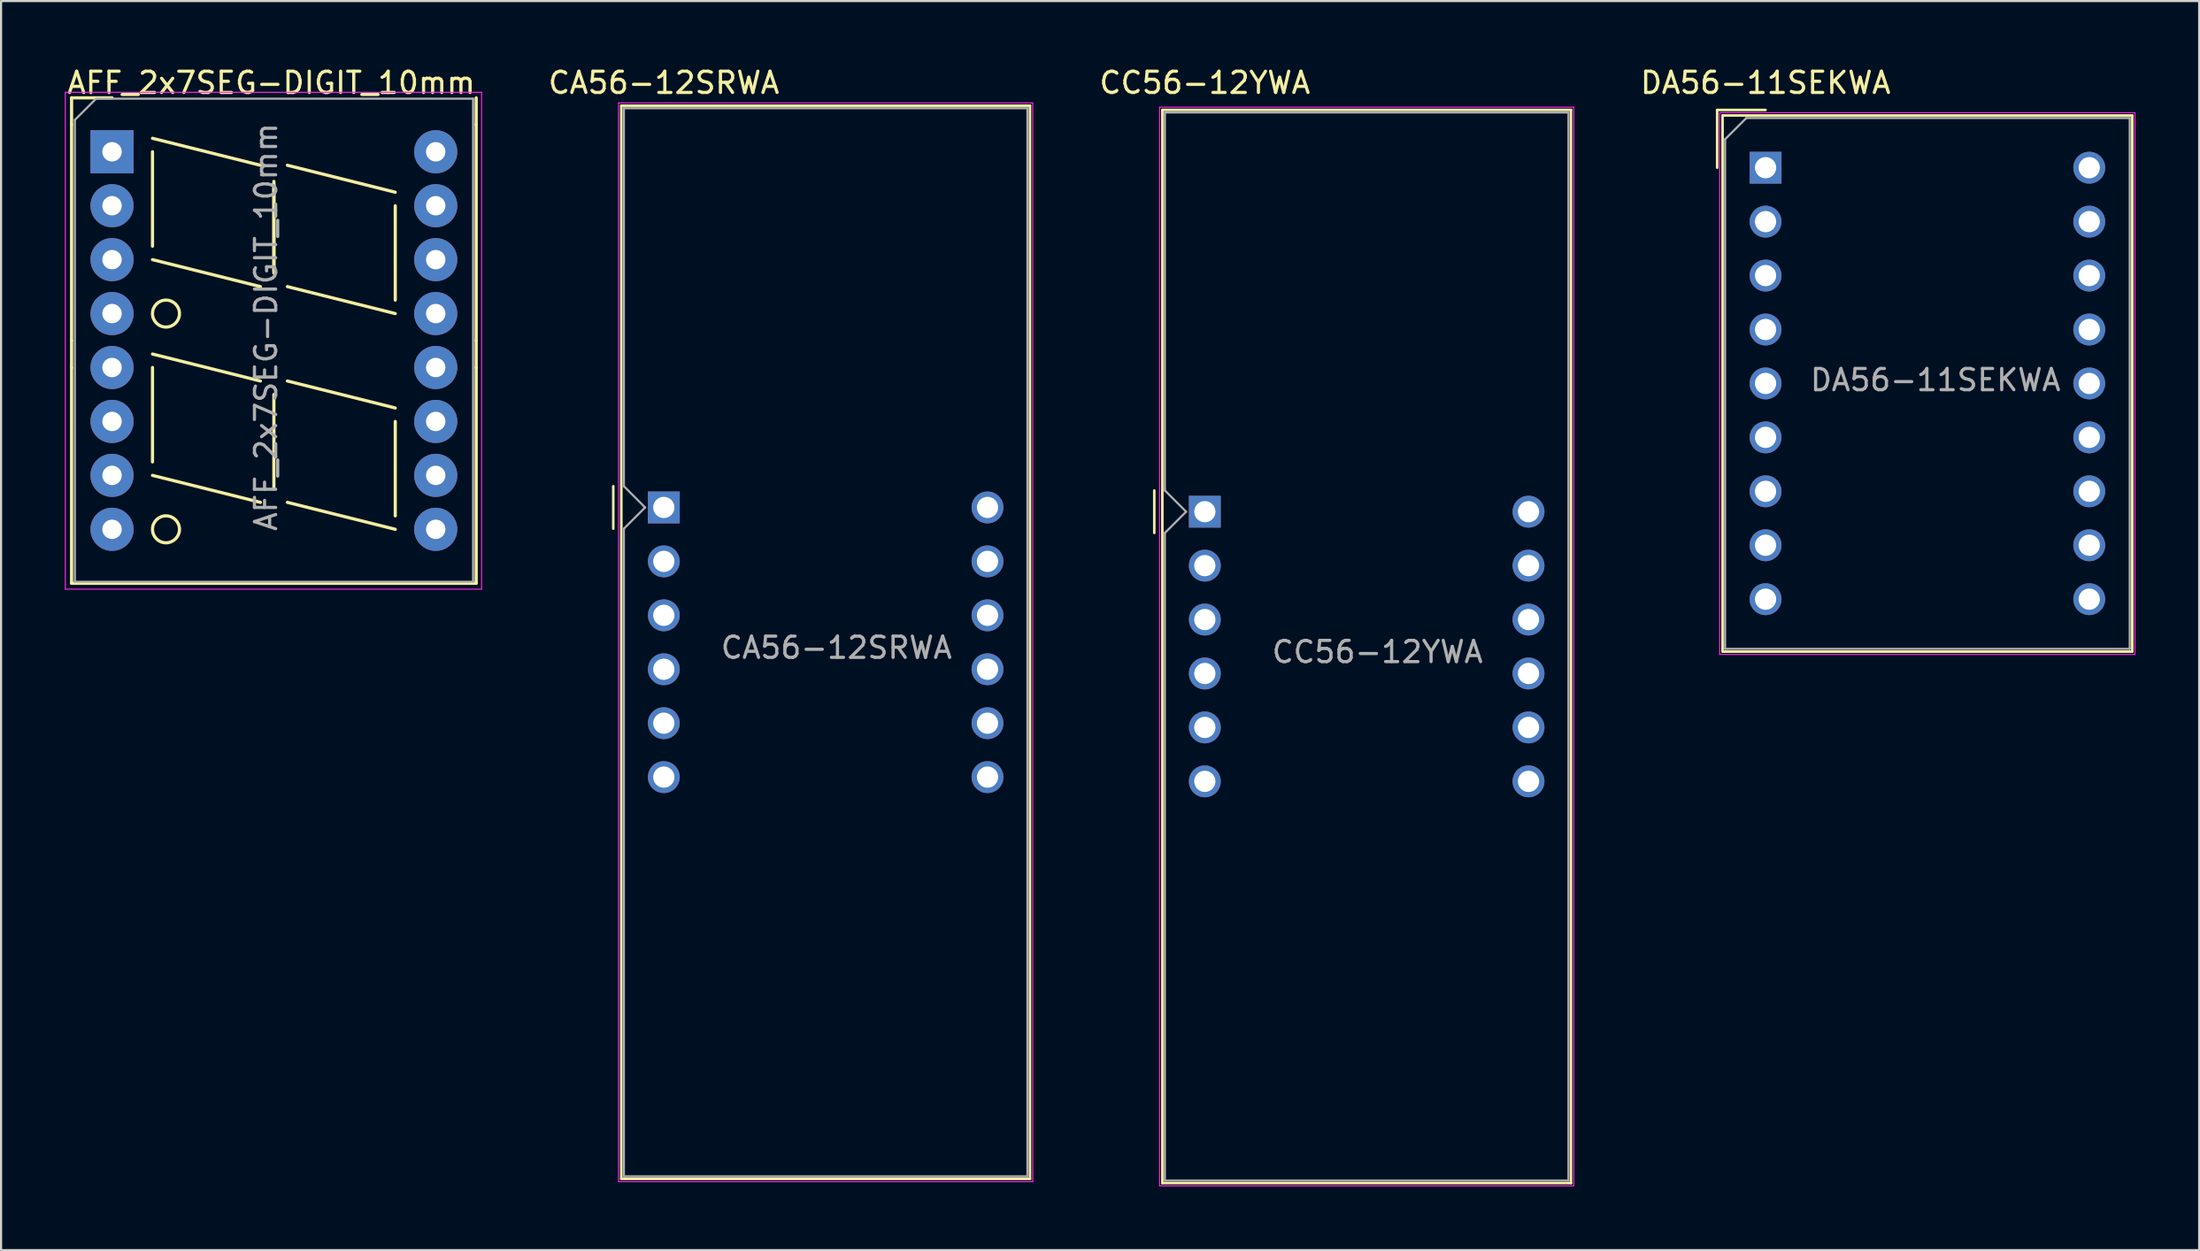
<source format=kicad_pcb>
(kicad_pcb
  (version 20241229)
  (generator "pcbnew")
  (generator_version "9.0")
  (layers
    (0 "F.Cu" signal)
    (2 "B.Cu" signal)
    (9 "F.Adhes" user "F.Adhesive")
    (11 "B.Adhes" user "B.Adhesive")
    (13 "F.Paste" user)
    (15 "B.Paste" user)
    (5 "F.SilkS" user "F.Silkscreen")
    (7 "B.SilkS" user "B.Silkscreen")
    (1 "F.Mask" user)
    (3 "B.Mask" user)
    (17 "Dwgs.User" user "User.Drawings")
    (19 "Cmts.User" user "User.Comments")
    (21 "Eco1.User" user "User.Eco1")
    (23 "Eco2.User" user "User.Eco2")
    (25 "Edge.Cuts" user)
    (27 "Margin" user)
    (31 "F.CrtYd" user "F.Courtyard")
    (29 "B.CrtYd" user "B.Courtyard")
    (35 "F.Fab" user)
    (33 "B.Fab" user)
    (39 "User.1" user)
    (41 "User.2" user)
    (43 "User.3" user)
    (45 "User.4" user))
  (footprint "AFF_2x7SEG-DIGIT_10mm"
    (layer "F.Cu")
    (at 2.225 4.098)
    (property "Reference" "AFF_2x7SEG-DIGIT_10mm" (at 7.5 -3.25 0) (layer "F.SilkS") (effects (font (size 1 1) (thickness 0.15))))
    (attr through_hole)
    (fp_line (start -1.905 -2.54) (end -1.905 -1.27) (stroke (width 0.15) (type solid)) (layer "F.SilkS"))
    (fp_line (start -1.905 -1.27) (end -1.905 8.89) (stroke (width 0.15) (type solid)) (layer "F.SilkS"))
    (fp_line (start -1.905 8.89) (end -1.905 10.16) (stroke (width 0.15) (type solid)) (layer "F.SilkS"))
    (fp_line (start -1.905 20.32) (end -1.905 10.16) (stroke (width 0.15) (type solid)) (layer "F.SilkS"))
    (fp_line (start 0 -2.54) (end -1.905 -2.54) (stroke (width 0.15) (type solid)) (layer "F.SilkS"))
    (fp_line (start 1.905 0) (end 1.905 4.445) (stroke (width 0.15) (type solid)) (layer "F.SilkS"))
    (fp_line (start 1.905 9.525) (end 6.985 10.795) (stroke (width 0.15) (type solid)) (layer "F.SilkS"))
    (fp_line (start 1.905 10.16) (end 1.905 14.605) (stroke (width 0.15) (type solid)) (layer "F.SilkS"))
    (fp_line (start 6.985 0.635) (end 1.905 -0.635) (stroke (width 0.15) (type solid)) (layer "F.SilkS"))
    (fp_line (start 6.985 6.35) (end 1.905 5.08) (stroke (width 0.15) (type solid)) (layer "F.SilkS"))
    (fp_line (start 6.985 16.51) (end 1.905 15.24) (stroke (width 0.15) (type solid)) (layer "F.SilkS"))
    (fp_line (start 7.62 1.397) (end 7.62 5.715) (stroke (width 0.15) (type solid)) (layer "F.SilkS"))
    (fp_line (start 7.62 1.524) (end 7.62 5.588) (stroke (width 0.15) (type solid)) (layer "F.SilkS"))
    (fp_line (start 7.62 11.43) (end 7.62 15.875) (stroke (width 0.15) (type solid)) (layer "F.SilkS"))
    (fp_line (start 8.255 0.635) (end 13.335 1.905) (stroke (width 0.15) (type solid)) (layer "F.SilkS"))
    (fp_line (start 8.255 6.35) (end 13.335 7.62) (stroke (width 0.15) (type solid)) (layer "F.SilkS"))
    (fp_line (start 8.255 10.795) (end 13.335 12.065) (stroke (width 0.15) (type solid)) (layer "F.SilkS"))
    (fp_line (start 8.255 16.51) (end 13.335 17.78) (stroke (width 0.15) (type solid)) (layer "F.SilkS"))
    (fp_line (start 13.335 2.54) (end 13.335 6.985) (stroke (width 0.15) (type solid)) (layer "F.SilkS"))
    (fp_line (start 13.335 12.7) (end 13.335 17.145) (stroke (width 0.15) (type solid)) (layer "F.SilkS"))
    (fp_line (start 17.145 -1.27) (end 17.145 -2.54) (stroke (width 0.15) (type solid)) (layer "F.SilkS"))
    (fp_line (start 17.145 8.89) (end 17.145 -1.27) (stroke (width 0.15) (type solid)) (layer "F.SilkS"))
    (fp_line (start 17.145 10.16) (end 17.145 8.89) (stroke (width 0.15) (type solid)) (layer "F.SilkS"))
    (fp_line (start 17.145 10.16) (end 17.145 20.32) (stroke (width 0.15) (type solid)) (layer "F.SilkS"))
    (fp_line (start 17.145 20.32) (end -1.905 20.32) (stroke (width 0.15) (type solid)) (layer "F.SilkS"))
    (fp_circle (center 2.54 7.62) (end 2.54 8.255) (stroke (width 0.15) (type solid)) (fill no) (layer "F.SilkS"))
    (fp_circle (center 2.54 17.78) (end 2.54 18.415) (stroke (width 0.15) (type solid)) (fill no) (layer "F.SilkS"))
    (fp_line (start -2.2 -2.8) (end 17.4 -2.8) (stroke (width 0.05) (type solid)) (layer "F.CrtYd"))
    (fp_line (start -2.2 20.6) (end -2.2 -2.8) (stroke (width 0.05) (type solid)) (layer "F.CrtYd"))
    (fp_line (start 17.4 -2.8) (end 17.4 20.6) (stroke (width 0.05) (type solid)) (layer "F.CrtYd"))
    (fp_line (start 17.4 20.6) (end -2.2 20.6) (stroke (width 0.05) (type solid)) (layer "F.CrtYd"))
    (fp_line (start -1.75 -1.5) (end -1.75 20.25) (stroke (width 0.1) (type solid)) (layer "F.Fab"))
    (fp_line (start -1.75 20.25) (end 17 20.25) (stroke (width 0.1) (type solid)) (layer "F.Fab"))
    (fp_line (start -0.75 -2.5) (end -1.75 -1.5) (stroke (width 0.1) (type solid)) (layer "F.Fab"))
    (fp_line (start 17 -2.5) (end -0.75 -2.5) (stroke (width 0.1) (type solid)) (layer "F.Fab"))
    (fp_line (start 17 20.25) (end 17 -2.5) (stroke (width 0.1) (type solid)) (layer "F.Fab"))
    (fp_text user "${REFERENCE}" (at 7.25 8.25 270) (layer "F.Fab") (effects (font (size 1 1) (thickness 0.15))))
    (pad "1" thru_hole rect (at 0 0 270) (size 2.032 2.032) (drill 0.914) (layers "*.Cu" "*.Mask"))
    (pad "2" thru_hole circle (at 0 2.54 270) (size 2.032 2.032) (drill 0.914) (layers "*.Cu" "*.Mask"))
    (pad "3" thru_hole circle (at 0 5.08 270) (size 2.032 2.032) (drill 0.914) (layers "*.Cu" "*.Mask"))
    (pad "4" thru_hole circle (at 0 7.62 270) (size 2.032 2.032) (drill 0.914) (layers "*.Cu" "*.Mask"))
    (pad "5" thru_hole circle (at 0 10.16 270) (size 2.032 2.032) (drill 0.914) (layers "*.Cu" "*.Mask"))
    (pad "6" thru_hole circle (at 0 12.7 270) (size 2.032 2.032) (drill 0.914) (layers "*.Cu" "*.Mask"))
    (pad "7" thru_hole circle (at 0 15.24 270) (size 2.032 2.032) (drill 0.914) (layers "*.Cu" "*.Mask"))
    (pad "8" thru_hole circle (at 0 17.78 270) (size 2.032 2.032) (drill 0.914) (layers "*.Cu" "*.Mask"))
    (pad "9" thru_hole circle (at 15.24 17.78 270) (size 2.032 2.032) (drill 0.914) (layers "*.Cu" "*.Mask"))
    (pad "10" thru_hole circle (at 15.24 15.24 270) (size 2.032 2.032) (drill 0.914) (layers "*.Cu" "*.Mask"))
    (pad "11" thru_hole circle (at 15.24 12.7 270) (size 2.032 2.032) (drill 0.914) (layers "*.Cu" "*.Mask"))
    (pad "12" thru_hole circle (at 15.24 10.16 270) (size 2.032 2.032) (drill 0.914) (layers "*.Cu" "*.Mask"))
    (pad "13" thru_hole circle (at 15.24 7.62 270) (size 2.032 2.032) (drill 0.914) (layers "*.Cu" "*.Mask"))
    (pad "14" thru_hole circle (at 15.24 5.08 270) (size 2.032 2.032) (drill 0.914) (layers "*.Cu" "*.Mask"))
    (pad "15" thru_hole circle (at 15.24 2.54 270) (size 2.032 2.032) (drill 0.914) (layers "*.Cu" "*.Mask"))
    (pad "16" thru_hole circle (at 15.24 0 270) (size 2.032 2.032) (drill 0.914) (layers "*.Cu" "*.Mask")))
  (footprint "CA56-12SRWA"
    (layer "F.Cu")
    (at 28.204 20.848)
    (property "Reference" "CA56-12SRWA" (at 0 -20 0) (layer "F.SilkS") (effects (font (size 1 1) (thickness 0.15))))
    (attr through_hole)
    (fp_line (start -2.38 -1) (end -2.38 1) (stroke (width 0.12) (type solid)) (layer "F.SilkS"))
    (fp_line (start -2 -18.92) (end -2 31.62) (stroke (width 0.12) (type solid)) (layer "F.SilkS"))
    (fp_line (start -2 -18.92) (end 17.24 -18.92) (stroke (width 0.12) (type solid)) (layer "F.SilkS"))
    (fp_line (start -2 31.62) (end 17.24 31.62) (stroke (width 0.12) (type solid)) (layer "F.SilkS"))
    (fp_line (start 17.24 31.62) (end 17.24 -18.92) (stroke (width 0.12) (type solid)) (layer "F.SilkS"))
    (fp_line (start -2.13 -19.05) (end 17.37 -19.05) (stroke (width 0.05) (type solid)) (layer "F.CrtYd"))
    (fp_line (start -2.13 31.75) (end -2.13 -19.05) (stroke (width 0.05) (type solid)) (layer "F.CrtYd"))
    (fp_line (start 17.37 -19.05) (end 17.37 31.75) (stroke (width 0.05) (type solid)) (layer "F.CrtYd"))
    (fp_line (start 17.37 31.75) (end -2.13 31.75) (stroke (width 0.05) (type solid)) (layer "F.CrtYd"))
    (fp_line (start -1.88 -18.8) (end 17.12 -18.8) (stroke (width 0.1) (type solid)) (layer "F.Fab"))
    (fp_line (start -1.88 -1) (end -1.88 -18.8) (stroke (width 0.1) (type solid)) (layer "F.Fab"))
    (fp_line (start -1.88 1) (end -1.88 31.5) (stroke (width 0.1) (type solid)) (layer "F.Fab"))
    (fp_line (start -1.88 1) (end -0.88 0) (stroke (width 0.1) (type solid)) (layer "F.Fab"))
    (fp_line (start -1.88 31.5) (end 17.12 31.5) (stroke (width 0.1) (type solid)) (layer "F.Fab"))
    (fp_line (start -0.88 0) (end -1.88 -1) (stroke (width 0.1) (type solid)) (layer "F.Fab"))
    (fp_line (start 17.12 -18.8) (end 17.12 31.5) (stroke (width 0.1) (type solid)) (layer "F.Fab"))
    (fp_text user "${REFERENCE}" (at 8.128 6.604 0) (layer "F.Fab") (effects (font (size 1 1) (thickness 0.15))))
    (pad "1" thru_hole rect (at 0 0) (size 1.5 1.5) (drill 1) (layers "*.Cu" "*.Mask"))
    (pad "2" thru_hole circle (at 0 2.54) (size 1.5 1.5) (drill 1) (layers "*.Cu" "*.Mask"))
    (pad "3" thru_hole circle (at 0 5.08) (size 1.5 1.5) (drill 1) (layers "*.Cu" "*.Mask"))
    (pad "4" thru_hole circle (at 0 7.62) (size 1.5 1.5) (drill 1) (layers "*.Cu" "*.Mask"))
    (pad "5" thru_hole circle (at 0 10.16) (size 1.5 1.5) (drill 1) (layers "*.Cu" "*.Mask"))
    (pad "6" thru_hole circle (at 0 12.7) (size 1.5 1.5) (drill 1) (layers "*.Cu" "*.Mask"))
    (pad "7" thru_hole circle (at 15.24 12.7) (size 1.5 1.5) (drill 1) (layers "*.Cu" "*.Mask"))
    (pad "8" thru_hole circle (at 15.24 10.16) (size 1.5 1.5) (drill 1) (layers "*.Cu" "*.Mask"))
    (pad "9" thru_hole circle (at 15.24 7.62) (size 1.5 1.5) (drill 1) (layers "*.Cu" "*.Mask"))
    (pad "10" thru_hole circle (at 15.24 5.08) (size 1.5 1.5) (drill 1) (layers "*.Cu" "*.Mask"))
    (pad "11" thru_hole circle (at 15.24 2.54) (size 1.5 1.5) (drill 1) (layers "*.Cu" "*.Mask"))
    (pad "12" thru_hole circle (at 15.24 0) (size 1.5 1.5) (drill 1) (layers "*.Cu" "*.Mask")))
  (footprint "DA56-11SEKWA"
    (layer "F.Cu")
    (at 80.077 4.848)
    (property "Reference" "DA56-11SEKWA" (at 0 -4 0) (layer "F.SilkS") (effects (font (size 1 1) (thickness 0.15))))
    (attr through_hole)
    (fp_line (start -2.28 -2.72) (end 0 -2.72) (stroke (width 0.12) (type solid)) (layer "F.SilkS"))
    (fp_line (start -2.28 -2.71) (end -2.28 0) (stroke (width 0.12) (type solid)) (layer "F.SilkS"))
    (fp_line (start -2.025 -2.46) (end 17.265 -2.46) (stroke (width 0.12) (type solid)) (layer "F.SilkS"))
    (fp_line (start -2.025 22.79) (end -2.025 -2.46) (stroke (width 0.12) (type solid)) (layer "F.SilkS"))
    (fp_line (start 17.265 -2.46) (end 17.265 22.79) (stroke (width 0.12) (type solid)) (layer "F.SilkS"))
    (fp_line (start 17.265 22.79) (end -2.025 22.79) (stroke (width 0.12) (type solid)) (layer "F.SilkS"))
    (fp_line (start -2.16 -2.59) (end 17.39 -2.59) (stroke (width 0.05) (type solid)) (layer "F.CrtYd"))
    (fp_line (start -2.16 22.92) (end -2.16 -2.59) (stroke (width 0.05) (type solid)) (layer "F.CrtYd"))
    (fp_line (start 17.39 -2.59) (end 17.39 22.92) (stroke (width 0.05) (type solid)) (layer "F.CrtYd"))
    (fp_line (start 17.39 22.92) (end -2.16 22.92) (stroke (width 0.05) (type solid)) (layer "F.CrtYd"))
    (fp_line (start -1.905 -1.34) (end -0.905 -2.34) (stroke (width 0.1) (type solid)) (layer "F.Fab"))
    (fp_line (start -1.905 22.66) (end -1.905 -1.34) (stroke (width 0.1) (type solid)) (layer "F.Fab"))
    (fp_line (start -0.905 -2.34) (end 17.145 -2.34) (stroke (width 0.1) (type solid)) (layer "F.Fab"))
    (fp_line (start 17.145 -2.34) (end 17.145 22.66) (stroke (width 0.1) (type solid)) (layer "F.Fab"))
    (fp_line (start 17.145 22.66) (end -1.905 22.66) (stroke (width 0.1) (type solid)) (layer "F.Fab"))
    (fp_text user "${REFERENCE}" (at 8 10 0) (layer "F.Fab") (effects (font (size 1 1) (thickness 0.15))))
    (pad "1" thru_hole rect (at 0 0) (size 1.5 1.5) (drill 1) (layers "*.Cu" "*.Mask"))
    (pad "2" thru_hole circle (at 0 2.54) (size 1.5 1.5) (drill 1) (layers "*.Cu" "*.Mask"))
    (pad "3" thru_hole circle (at 0 5.08) (size 1.5 1.5) (drill 1) (layers "*.Cu" "*.Mask"))
    (pad "4" thru_hole circle (at 0 7.62) (size 1.5 1.5) (drill 1) (layers "*.Cu" "*.Mask"))
    (pad "5" thru_hole circle (at 0 10.16) (size 1.5 1.5) (drill 1) (layers "*.Cu" "*.Mask"))
    (pad "6" thru_hole circle (at 0 12.7) (size 1.5 1.5) (drill 1) (layers "*.Cu" "*.Mask"))
    (pad "7" thru_hole circle (at 0 15.24) (size 1.5 1.5) (drill 1) (layers "*.Cu" "*.Mask"))
    (pad "8" thru_hole circle (at 0 17.78) (size 1.5 1.5) (drill 1) (layers "*.Cu" "*.Mask"))
    (pad "9" thru_hole circle (at 0 20.32) (size 1.5 1.5) (drill 1) (layers "*.Cu" "*.Mask"))
    (pad "10" thru_hole circle (at 15.24 20.32) (size 1.5 1.5) (drill 1) (layers "*.Cu" "*.Mask"))
    (pad "11" thru_hole circle (at 15.24 17.78) (size 1.5 1.5) (drill 1) (layers "*.Cu" "*.Mask"))
    (pad "12" thru_hole circle (at 15.24 15.24) (size 1.5 1.5) (drill 1) (layers "*.Cu" "*.Mask"))
    (pad "13" thru_hole circle (at 15.24 12.7) (size 1.5 1.5) (drill 1) (layers "*.Cu" "*.Mask"))
    (pad "14" thru_hole circle (at 15.24 10.16) (size 1.5 1.5) (drill 1) (layers "*.Cu" "*.Mask"))
    (pad "15" thru_hole circle (at 15.24 7.62) (size 1.5 1.5) (drill 1) (layers "*.Cu" "*.Mask"))
    (pad "16" thru_hole circle (at 15.24 5.08) (size 1.5 1.5) (drill 1) (layers "*.Cu" "*.Mask"))
    (pad "17" thru_hole circle (at 15.24 2.54) (size 1.5 1.5) (drill 1) (layers "*.Cu" "*.Mask"))
    (pad "18" thru_hole circle (at 15.24 0) (size 1.5 1.5) (drill 1) (layers "*.Cu" "*.Mask")))
  (footprint "CC56-12YWA"
    (layer "F.Cu")
    (at 53.676 21.048)
    (property "Reference" "CC56-12YWA" (at 0 -20.2 0) (layer "F.SilkS") (effects (font (size 1 1) (thickness 0.15))))
    (attr through_hole)
    (fp_line (start -2.38 -1) (end -2.38 1) (stroke (width 0.12) (type solid)) (layer "F.SilkS"))
    (fp_line (start -2 -18.92) (end -2 31.62) (stroke (width 0.12) (type solid)) (layer "F.SilkS"))
    (fp_line (start -2 -18.92) (end 17.24 -18.92) (stroke (width 0.12) (type solid)) (layer "F.SilkS"))
    (fp_line (start -2 31.62) (end 17.24 31.62) (stroke (width 0.12) (type solid)) (layer "F.SilkS"))
    (fp_line (start 17.24 31.62) (end 17.24 -18.92) (stroke (width 0.12) (type solid)) (layer "F.SilkS"))
    (fp_line (start -2.13 -19.05) (end 17.37 -19.05) (stroke (width 0.05) (type solid)) (layer "F.CrtYd"))
    (fp_line (start -2.13 31.75) (end -2.13 -19.05) (stroke (width 0.05) (type solid)) (layer "F.CrtYd"))
    (fp_line (start 17.37 -19.05) (end 17.37 31.75) (stroke (width 0.05) (type solid)) (layer "F.CrtYd"))
    (fp_line (start 17.37 31.75) (end -2.13 31.75) (stroke (width 0.05) (type solid)) (layer "F.CrtYd"))
    (fp_line (start -1.88 -18.8) (end 17.12 -18.8) (stroke (width 0.1) (type solid)) (layer "F.Fab"))
    (fp_line (start -1.88 -1) (end -1.88 -18.8) (stroke (width 0.1) (type solid)) (layer "F.Fab"))
    (fp_line (start -1.88 1) (end -1.88 31.5) (stroke (width 0.1) (type solid)) (layer "F.Fab"))
    (fp_line (start -1.88 1) (end -0.88 0) (stroke (width 0.1) (type solid)) (layer "F.Fab"))
    (fp_line (start -1.88 31.5) (end 17.12 31.5) (stroke (width 0.1) (type solid)) (layer "F.Fab"))
    (fp_line (start -0.88 0) (end -1.88 -1) (stroke (width 0.1) (type solid)) (layer "F.Fab"))
    (fp_line (start 17.12 -18.8) (end 17.12 31.5) (stroke (width 0.1) (type solid)) (layer "F.Fab"))
    (fp_text user "${REFERENCE}" (at 8.128 6.604 0) (layer "F.Fab") (effects (font (size 1 1) (thickness 0.15))))
    (pad "1" thru_hole rect (at 0 0) (size 1.5 1.5) (drill 1) (layers "*.Cu" "*.Mask"))
    (pad "2" thru_hole circle (at 0 2.54) (size 1.5 1.5) (drill 1) (layers "*.Cu" "*.Mask"))
    (pad "3" thru_hole circle (at 0 5.08) (size 1.5 1.5) (drill 1) (layers "*.Cu" "*.Mask"))
    (pad "4" thru_hole circle (at 0 7.62) (size 1.5 1.5) (drill 1) (layers "*.Cu" "*.Mask"))
    (pad "5" thru_hole circle (at 0 10.16) (size 1.5 1.5) (drill 1) (layers "*.Cu" "*.Mask"))
    (pad "6" thru_hole circle (at 0 12.7) (size 1.5 1.5) (drill 1) (layers "*.Cu" "*.Mask"))
    (pad "7" thru_hole circle (at 15.24 12.7) (size 1.5 1.5) (drill 1) (layers "*.Cu" "*.Mask"))
    (pad "8" thru_hole circle (at 15.24 10.16) (size 1.5 1.5) (drill 1) (layers "*.Cu" "*.Mask"))
    (pad "9" thru_hole circle (at 15.24 7.62) (size 1.5 1.5) (drill 1) (layers "*.Cu" "*.Mask"))
    (pad "10" thru_hole circle (at 15.24 5.08) (size 1.5 1.5) (drill 1) (layers "*.Cu" "*.Mask"))
    (pad "11" thru_hole circle (at 15.24 2.54) (size 1.5 1.5) (drill 1) (layers "*.Cu" "*.Mask"))
    (pad "12" thru_hole circle (at 15.24 0) (size 1.5 1.5) (drill 1) (layers "*.Cu" "*.Mask")))
  (gr_rect
    (start -3 -3)
    (end 100.492 55.823)
    (stroke (width 0.1) (type default))
    (fill no)
    (layer "Edge.Cuts")))
</source>
